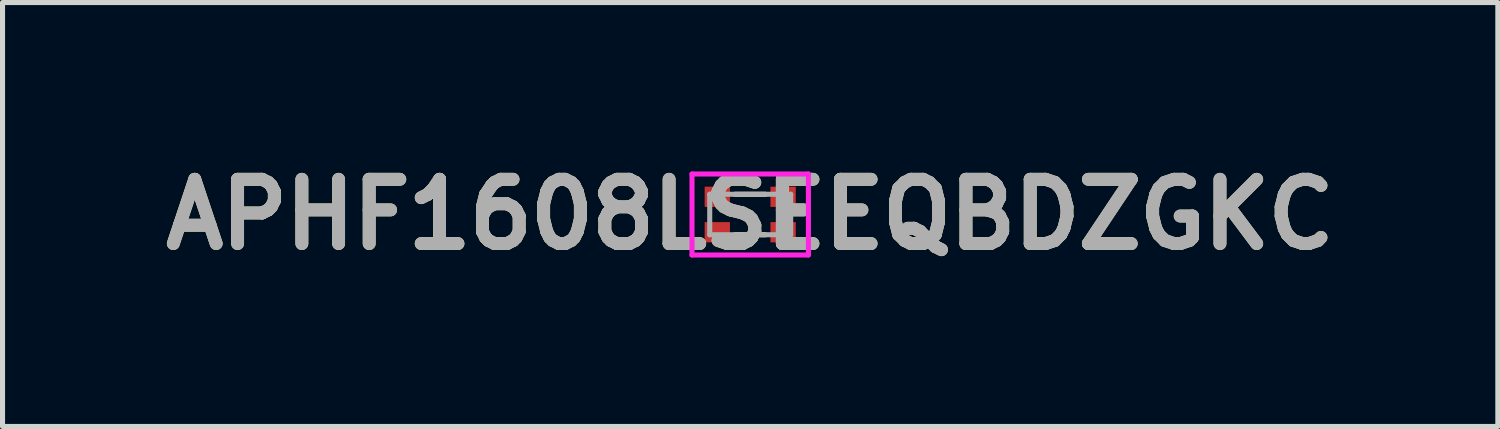
<source format=kicad_pcb>
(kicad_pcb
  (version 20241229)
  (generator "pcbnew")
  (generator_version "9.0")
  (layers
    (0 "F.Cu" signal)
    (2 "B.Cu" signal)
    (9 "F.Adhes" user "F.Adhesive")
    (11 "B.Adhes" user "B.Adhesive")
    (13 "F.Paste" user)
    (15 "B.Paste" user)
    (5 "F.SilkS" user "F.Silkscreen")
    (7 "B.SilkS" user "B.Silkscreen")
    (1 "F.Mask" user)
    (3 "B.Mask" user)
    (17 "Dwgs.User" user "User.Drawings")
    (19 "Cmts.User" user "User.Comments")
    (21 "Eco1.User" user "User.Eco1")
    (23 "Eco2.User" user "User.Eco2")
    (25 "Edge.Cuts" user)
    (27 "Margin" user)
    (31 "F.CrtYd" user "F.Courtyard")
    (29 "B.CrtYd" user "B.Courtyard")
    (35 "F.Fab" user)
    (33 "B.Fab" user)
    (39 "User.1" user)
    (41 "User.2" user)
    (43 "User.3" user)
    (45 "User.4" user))
  (footprint "APHF1608LSEEQBDZGKC"
    (layer "F.Cu")
    (at 11.775 1.189)
    (property "Reference" "APHF1608LSEEQBDZGKC" (at 0 0 0) (layer "F.SilkS") (effects (font (size 1.27 1.27) (thickness 0.254))))
    (attr smd)
    (fp_line (start -0.3 -0.4) (end 0.3 -0.4) (stroke (width 0.1) (type solid)) (layer "F.SilkS"))
    (fp_line (start -0.3 0.4) (end 0.3 0.4) (stroke (width 0.1) (type solid)) (layer "F.SilkS"))
    (fp_line (start -1.15 -0.8) (end 1.15 -0.8) (stroke (width 0.1) (type solid)) (layer "F.CrtYd"))
    (fp_line (start -1.15 0.8) (end -1.15 -0.8) (stroke (width 0.1) (type solid)) (layer "F.CrtYd"))
    (fp_line (start 1.15 -0.8) (end 1.15 0.8) (stroke (width 0.1) (type solid)) (layer "F.CrtYd"))
    (fp_line (start 1.15 0.8) (end -1.15 0.8) (stroke (width 0.1) (type solid)) (layer "F.CrtYd"))
    (fp_line (start -0.8 -0.4) (end 0.8 -0.4) (stroke (width 0.1) (type solid)) (layer "F.Fab"))
    (fp_line (start -0.8 0.4) (end -0.8 -0.4) (stroke (width 0.1) (type solid)) (layer "F.Fab"))
    (fp_line (start 0.8 -0.4) (end 0.8 0.4) (stroke (width 0.1) (type solid)) (layer "F.Fab"))
    (fp_line (start 0.8 0.4) (end -0.8 0.4) (stroke (width 0.1) (type solid)) (layer "F.Fab"))
    (fp_text user "${REFERENCE}" (at 0 0 0) (layer "F.Fab") (effects (font (size 1.27 1.27) (thickness 0.254))))
    (pad "1" smd rect (at -0.65 -0.35 90) (size 0.4 0.5) (layers "F.Cu" "F.Mask" "F.Paste"))
    (pad "2" smd rect (at -0.65 0.35 90) (size 0.4 0.5) (layers "F.Cu" "F.Mask" "F.Paste"))
    (pad "3" smd rect (at 0.65 0.35 90) (size 0.4 0.5) (layers "F.Cu" "F.Mask" "F.Paste"))
    (pad "4" smd rect (at 0.65 -0.35 90) (size 0.4 0.5) (layers "F.Cu" "F.Mask" "F.Paste")))
  (gr_rect
    (start -3 -3)
    (end 26.549 5.377)
    (stroke (width 0.1) (type default))
    (fill no)
    (layer "Edge.Cuts")))
</source>
